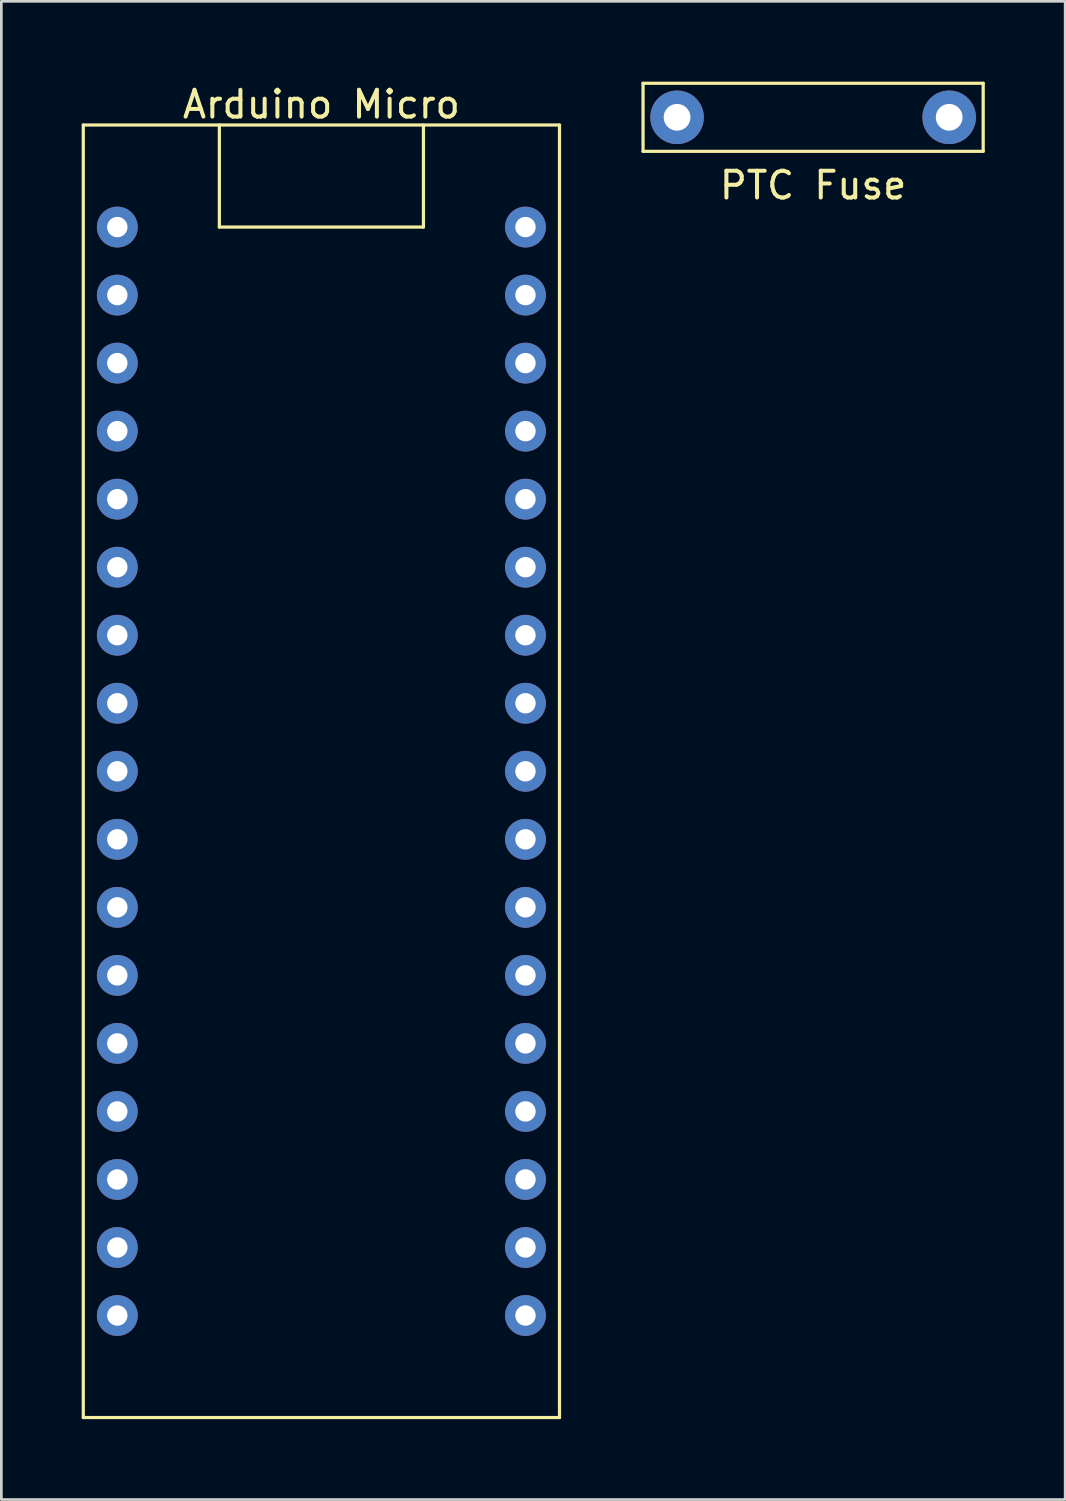
<source format=kicad_pcb>
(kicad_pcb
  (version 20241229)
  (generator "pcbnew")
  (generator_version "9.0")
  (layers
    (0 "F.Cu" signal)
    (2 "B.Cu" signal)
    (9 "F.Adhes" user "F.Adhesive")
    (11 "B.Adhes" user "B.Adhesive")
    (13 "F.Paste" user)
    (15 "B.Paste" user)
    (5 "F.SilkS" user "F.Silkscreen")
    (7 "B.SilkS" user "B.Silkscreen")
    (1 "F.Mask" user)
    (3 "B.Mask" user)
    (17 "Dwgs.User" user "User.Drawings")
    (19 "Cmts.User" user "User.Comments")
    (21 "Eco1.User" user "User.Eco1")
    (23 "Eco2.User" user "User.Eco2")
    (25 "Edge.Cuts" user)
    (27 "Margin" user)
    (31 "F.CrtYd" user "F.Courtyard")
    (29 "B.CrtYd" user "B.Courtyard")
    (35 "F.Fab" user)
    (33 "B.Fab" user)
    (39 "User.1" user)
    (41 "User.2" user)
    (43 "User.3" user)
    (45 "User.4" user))
  (footprint "Arduino Micro"
    (layer "F.Cu")
    (at 8.95 15.588)
    (property "Reference" "Arduino Micro" (at 0 -14.74 0) (layer "F.SilkS") (effects (font (size 1 1) (thickness 0.15))))
    (attr through_hole)
    (fp_line (start -8.89 -13.97) (end -8.89 34.29) (stroke (width 0.12) (type solid)) (layer "F.SilkS"))
    (fp_line (start -8.89 34.29) (end 8.89 34.29) (stroke (width 0.12) (type solid)) (layer "F.SilkS"))
    (fp_line (start -3.81 -13.97) (end -3.81 -10.16) (stroke (width 0.12) (type solid)) (layer "F.SilkS"))
    (fp_line (start -3.81 -10.16) (end 3.81 -10.16) (stroke (width 0.12) (type solid)) (layer "F.SilkS"))
    (fp_line (start 3.81 -10.16) (end 3.81 -13.97) (stroke (width 0.12) (type solid)) (layer "F.SilkS"))
    (fp_line (start 8.89 -13.97) (end -8.89 -13.97) (stroke (width 0.12) (type solid)) (layer "F.SilkS"))
    (fp_line (start 8.89 34.29) (end 8.89 -13.97) (stroke (width 0.12) (type solid)) (layer "F.SilkS"))
    (pad "1" thru_hole circle (at -7.62 -10.16) (size 1.524 1.524) (drill 0.762) (layers "*.Cu" "*.Mask"))
    (pad "2" thru_hole circle (at -7.62 -7.62) (size 1.524 1.524) (drill 0.762) (layers "*.Cu" "*.Mask"))
    (pad "3" thru_hole circle (at -7.62 -5.08) (size 1.524 1.524) (drill 0.762) (layers "*.Cu" "*.Mask"))
    (pad "4" thru_hole circle (at -7.62 -2.54) (size 1.524 1.524) (drill 0.762) (layers "*.Cu" "*.Mask"))
    (pad "5" thru_hole circle (at -7.62 0) (size 1.524 1.524) (drill 0.762) (layers "*.Cu" "*.Mask"))
    (pad "6" thru_hole circle (at -7.62 2.54) (size 1.524 1.524) (drill 0.762) (layers "*.Cu" "*.Mask"))
    (pad "7" thru_hole circle (at -7.62 5.08) (size 1.524 1.524) (drill 0.762) (layers "*.Cu" "*.Mask"))
    (pad "8" thru_hole circle (at -7.62 7.62) (size 1.524 1.524) (drill 0.762) (layers "*.Cu" "*.Mask"))
    (pad "9" thru_hole circle (at -7.62 10.16) (size 1.524 1.524) (drill 0.762) (layers "*.Cu" "*.Mask"))
    (pad "10" thru_hole circle (at -7.62 12.7) (size 1.524 1.524) (drill 0.762) (layers "*.Cu" "*.Mask"))
    (pad "11" thru_hole circle (at -7.62 15.24) (size 1.524 1.524) (drill 0.762) (layers "*.Cu" "*.Mask"))
    (pad "12" thru_hole circle (at -7.62 17.78) (size 1.524 1.524) (drill 0.762) (layers "*.Cu" "*.Mask"))
    (pad "13" thru_hole circle (at -7.62 20.32) (size 1.524 1.524) (drill 0.762) (layers "*.Cu" "*.Mask"))
    (pad "14" thru_hole circle (at -7.62 22.86) (size 1.524 1.524) (drill 0.762) (layers "*.Cu" "*.Mask"))
    (pad "15" thru_hole circle (at -7.62 25.4) (size 1.524 1.524) (drill 0.762) (layers "*.Cu" "*.Mask"))
    (pad "16" thru_hole circle (at -7.62 27.94) (size 1.524 1.524) (drill 0.762) (layers "*.Cu" "*.Mask"))
    (pad "17" thru_hole circle (at -7.62 30.48) (size 1.524 1.524) (drill 0.762) (layers "*.Cu" "*.Mask"))
    (pad "18" thru_hole circle (at 7.62 30.48) (size 1.524 1.524) (drill 0.762) (layers "*.Cu" "*.Mask"))
    (pad "19" thru_hole circle (at 7.62 27.94) (size 1.524 1.524) (drill 0.762) (layers "*.Cu" "*.Mask"))
    (pad "20" thru_hole circle (at 7.62 25.4) (size 1.524 1.524) (drill 0.762) (layers "*.Cu" "*.Mask"))
    (pad "21" thru_hole circle (at 7.62 22.86) (size 1.524 1.524) (drill 0.762) (layers "*.Cu" "*.Mask"))
    (pad "22" thru_hole circle (at 7.62 20.32) (size 1.524 1.524) (drill 0.762) (layers "*.Cu" "*.Mask"))
    (pad "23" thru_hole circle (at 7.62 17.78) (size 1.524 1.524) (drill 0.762) (layers "*.Cu" "*.Mask"))
    (pad "24" thru_hole circle (at 7.62 15.24) (size 1.524 1.524) (drill 0.762) (layers "*.Cu" "*.Mask"))
    (pad "25" thru_hole circle (at 7.62 12.7) (size 1.524 1.524) (drill 0.762) (layers "*.Cu" "*.Mask"))
    (pad "26" thru_hole circle (at 7.62 10.16) (size 1.524 1.524) (drill 0.762) (layers "*.Cu" "*.Mask"))
    (pad "27" thru_hole circle (at 7.62 7.62) (size 1.524 1.524) (drill 0.762) (layers "*.Cu" "*.Mask"))
    (pad "28" thru_hole circle (at 7.62 5.08) (size 1.524 1.524) (drill 0.762) (layers "*.Cu" "*.Mask"))
    (pad "29" thru_hole circle (at 7.62 2.54) (size 1.524 1.524) (drill 0.762) (layers "*.Cu" "*.Mask"))
    (pad "30" thru_hole circle (at 7.62 0) (size 1.524 1.524) (drill 0.762) (layers "*.Cu" "*.Mask"))
    (pad "31" thru_hole circle (at 7.62 -2.54) (size 1.524 1.524) (drill 0.762) (layers "*.Cu" "*.Mask"))
    (pad "32" thru_hole circle (at 7.62 -5.08) (size 1.524 1.524) (drill 0.762) (layers "*.Cu" "*.Mask"))
    (pad "33" thru_hole circle (at 7.62 -7.62) (size 1.524 1.524) (drill 0.762) (layers "*.Cu" "*.Mask"))
    (pad "34" thru_hole circle (at 7.62 -10.16) (size 1.524 1.524) (drill 0.762) (layers "*.Cu" "*.Mask")))
  (footprint "PTC Fuse"
    (layer "F.Cu")
    (at 22.23 1.33)
    (property "Reference" "PTC Fuse" (at 5.08 2.54 0) (layer "F.SilkS") (effects (font (size 1 1) (thickness 0.15))))
    (attr through_hole)
    (fp_line (start -1.27 -1.27) (end 11.43 -1.27) (stroke (width 0.12) (type solid)) (layer "F.SilkS"))
    (fp_line (start -1.27 1.27) (end -1.27 -1.27) (stroke (width 0.12) (type solid)) (layer "F.SilkS"))
    (fp_line (start 11.43 -1.27) (end 11.43 1.27) (stroke (width 0.12) (type solid)) (layer "F.SilkS"))
    (fp_line (start 11.43 1.27) (end -1.27 1.27) (stroke (width 0.12) (type solid)) (layer "F.SilkS"))
    (pad "1" thru_hole circle (at 0 0 90) (size 2 2) (drill 1) (layers "*.Cu" "*.Mask"))
    (pad "2" thru_hole circle (at 10.16 0) (size 2 2) (drill 1) (layers "*.Cu" "*.Mask")))
  (gr_rect
    (start -3 -3)
    (end 36.72 52.938)
    (stroke (width 0.1) (type default))
    (fill no)
    (layer "Edge.Cuts")))
</source>
